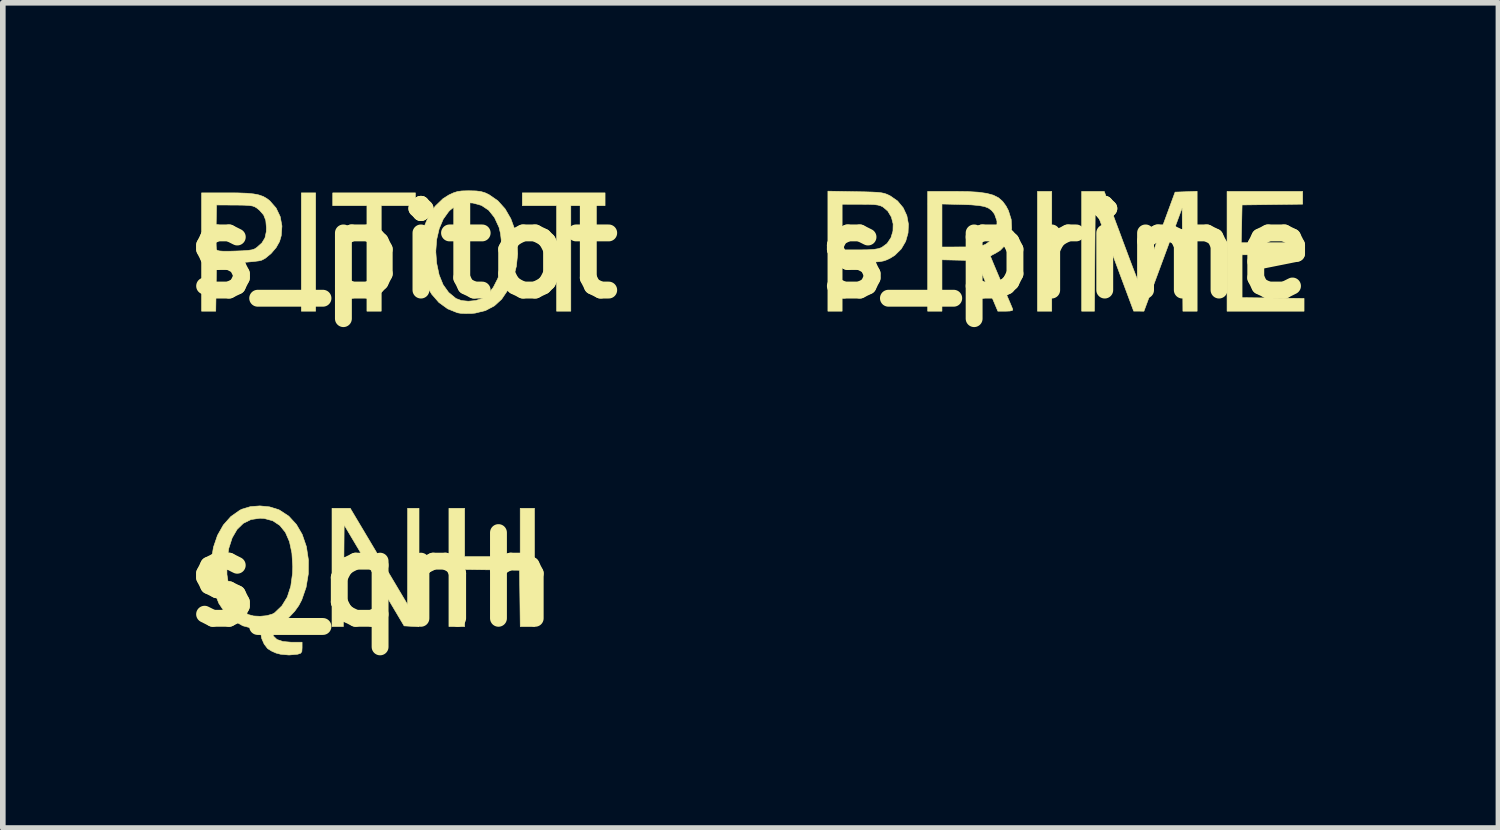
<source format=kicad_pcb>
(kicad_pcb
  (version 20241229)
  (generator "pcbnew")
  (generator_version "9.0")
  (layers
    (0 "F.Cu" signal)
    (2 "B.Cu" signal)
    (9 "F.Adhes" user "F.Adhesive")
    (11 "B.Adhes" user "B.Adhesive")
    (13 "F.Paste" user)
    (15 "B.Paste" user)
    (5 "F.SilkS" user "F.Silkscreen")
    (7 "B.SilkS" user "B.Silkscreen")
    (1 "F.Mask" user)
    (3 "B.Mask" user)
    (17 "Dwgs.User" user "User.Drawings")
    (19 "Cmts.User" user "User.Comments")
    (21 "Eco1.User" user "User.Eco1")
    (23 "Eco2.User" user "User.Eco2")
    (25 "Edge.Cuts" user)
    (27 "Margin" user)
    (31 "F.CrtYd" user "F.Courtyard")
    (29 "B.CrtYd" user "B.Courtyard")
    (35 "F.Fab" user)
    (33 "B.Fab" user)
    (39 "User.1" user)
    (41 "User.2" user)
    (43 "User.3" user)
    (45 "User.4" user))
  (footprint "s_pitot"
    (layer "F.Cu")
    (at 4.108 1.418)
    (property "Reference" "s_pitot" (at 0 0 0) (layer "F.SilkS") (effects (font (size 1.524 1.524) (thickness 0.3))))
    (attr through_hole)
    (fp_poly (pts (xy -1.546 1.065) (xy -1.8 1.065) (xy -1.8 -1.039) (xy -1.546 -1.039) (xy -1.546 1.065)) (stroke (width 0.01) (type solid)) (fill yes) (layer "F.SilkS"))
    (fp_poly (pts (xy 0.228 -0.811) (xy -0.38 -0.811) (xy -0.38 1.065) (xy -0.634 1.065) (xy -0.634 -0.811) (xy -1.242 -0.811) (xy -1.242 -1.039) (xy 0.228 -1.039) (xy 0.228 -0.811)) (stroke (width 0.01) (type solid)) (fill yes) (layer "F.SilkS"))
    (fp_poly (pts (xy 3.6 -0.811) (xy 2.991 -0.811) (xy 2.991 1.065) (xy 2.738 1.065) (xy 2.738 -0.811) (xy 2.129 -0.811) (xy 2.129 -1.039) (xy 3.6 -1.039) (xy 3.6 -0.811)) (stroke (width 0.01) (type solid)) (fill yes) (layer "F.SilkS"))
    (fp_poly (pts (xy -2.929 -1.038) (xy -2.771 -1.032) (xy -2.648 -1.02) (xy -2.553 -1.001) (xy -2.476 -0.974) (xy -2.411 -0.936) (xy -2.361 -0.897) (xy -2.249 -0.769) (xy -2.176 -0.616) (xy -2.145 -0.449) (xy -2.158 -0.276) (xy -2.188 -0.173) (xy -2.249 -0.065) (xy -2.34 0.041) (xy -2.444 0.126) (xy -2.505 0.158) (xy -2.554 0.17) (xy -2.643 0.181) (xy -2.76 0.192) (xy -2.894 0.2) (xy -2.941 0.202) (xy -3.308 0.215) (xy -3.315 0.64) (xy -3.322 1.065) (xy -3.574 1.065) (xy -3.574 -0.309) (xy -3.317 -0.309) (xy -3.316 -0.19) (xy -3.314 -0.097) (xy -3.311 -0.041) (xy -3.309 -0.03) (xy -3.293 -0.015) (xy -3.255 -0.006) (xy -3.187 -0.001) (xy -3.082 -0.001) (xy -2.98 -0.004) (xy -2.843 -0.009) (xy -2.747 -0.016) (xy -2.68 -0.026) (xy -2.634 -0.041) (xy -2.597 -0.064) (xy -2.595 -0.065) (xy -2.501 -0.149) (xy -2.447 -0.238) (xy -2.423 -0.349) (xy -2.421 -0.418) (xy -2.432 -0.547) (xy -2.47 -0.645) (xy -2.543 -0.729) (xy -2.593 -0.77) (xy -2.628 -0.791) (xy -2.67 -0.806) (xy -2.731 -0.815) (xy -2.819 -0.82) (xy -2.946 -0.822) (xy -2.985 -0.822) (xy -3.308 -0.824) (xy -3.315 -0.445) (xy -3.317 -0.309) (xy -3.574 -0.309) (xy -3.574 -1.039) (xy -3.129 -1.039) (xy -2.929 -1.038)) (stroke (width 0.01) (type solid)) (fill yes) (layer "F.SilkS"))
    (fp_poly (pts (xy 1.19 -1.076) (xy 1.308 -1.073) (xy 1.393 -1.062) (xy 1.465 -1.041) (xy 1.535 -1.008) (xy 1.693 -0.899) (xy 1.823 -0.754) (xy 1.924 -0.58) (xy 1.996 -0.384) (xy 2.036 -0.173) (xy 2.046 0.046) (xy 2.023 0.266) (xy 1.967 0.48) (xy 1.876 0.682) (xy 1.761 0.852) (xy 1.632 0.97) (xy 1.473 1.054) (xy 1.29 1.099) (xy 1.222 1.105) (xy 1.121 1.106) (xy 1.03 1.102) (xy 0.976 1.093) (xy 0.802 1.023) (xy 0.646 0.91) (xy 0.518 0.763) (xy 0.46 0.667) (xy 0.379 0.459) (xy 0.331 0.226) (xy 0.318 0.002) (xy 0.59 0.002) (xy 0.605 0.208) (xy 0.65 0.421) (xy 0.72 0.594) (xy 0.818 0.731) (xy 0.946 0.837) (xy 0.951 0.84) (xy 1.047 0.876) (xy 1.169 0.888) (xy 1.297 0.876) (xy 1.411 0.841) (xy 1.422 0.835) (xy 1.521 0.76) (xy 1.613 0.641) (xy 1.691 0.488) (xy 1.716 0.421) (xy 1.743 0.308) (xy 1.759 0.162) (xy 1.764 -0.001) (xy 1.758 -0.164) (xy 1.742 -0.31) (xy 1.716 -0.423) (xy 1.635 -0.599) (xy 1.531 -0.73) (xy 1.403 -0.816) (xy 1.251 -0.858) (xy 1.178 -0.862) (xy 1.049 -0.85) (xy 0.945 -0.811) (xy 0.847 -0.734) (xy 0.819 -0.706) (xy 0.723 -0.572) (xy 0.651 -0.403) (xy 0.606 -0.209) (xy 0.59 0.002) (xy 0.318 0.002) (xy 0.317 -0.017) (xy 0.338 -0.255) (xy 0.38 -0.429) (xy 0.465 -0.631) (xy 0.58 -0.802) (xy 0.719 -0.936) (xy 0.822 -1.001) (xy 0.904 -1.039) (xy 0.975 -1.062) (xy 1.053 -1.073) (xy 1.157 -1.076) (xy 1.19 -1.076)) (stroke (width 0.01) (type solid)) (fill yes) (layer "F.SilkS")))
  (footprint "s_qnh"
    (layer "F.Cu")
    (at 3.563 7.254)
    (property "Reference" "s_qnh" (at 0 0 0) (layer "F.SilkS") (effects (font (size 1.524 1.524) (thickness 0.3))))
    (attr through_hole)
    (fp_poly (pts (xy 0.633 0.444) (xy 0.634 -1.267) (xy 0.837 -1.267) (xy 0.837 0.839) (xy 0.704 0.832) (xy 0.572 0.824) (xy 0.039 -0.073) (xy -0.494 -0.971) (xy -0.501 -0.067) (xy -0.508 0.837) (xy -0.71 0.837) (xy -0.71 -1.267) (xy -0.386 -1.267) (xy 0.633 0.444)) (stroke (width 0.01) (type solid)) (fill yes) (layer "F.SilkS"))
    (fp_poly (pts (xy 1.648 -0.406) (xy 2.636 -0.406) (xy 2.636 -1.267) (xy 2.89 -1.267) (xy 2.89 0.837) (xy 2.637 0.837) (xy 2.631 0.336) (xy 2.624 -0.165) (xy 1.648 -0.179) (xy 1.648 0.837) (xy 1.369 0.837) (xy 1.369 -1.267) (xy 1.648 -1.267) (xy 1.648 -0.406)) (stroke (width 0.01) (type solid)) (fill yes) (layer "F.SilkS"))
    (fp_poly (pts (xy -1.82 -1.292) (xy -1.664 -1.244) (xy -1.644 -1.235) (xy -1.479 -1.127) (xy -1.343 -0.979) (xy -1.24 -0.802) (xy -1.165 -0.584) (xy -1.129 -0.346) (xy -1.131 -0.101) (xy -1.171 0.139) (xy -1.248 0.362) (xy -1.301 0.463) (xy -1.374 0.565) (xy -1.47 0.667) (xy -1.573 0.757) (xy -1.67 0.818) (xy -1.687 0.826) (xy -1.751 0.864) (xy -1.773 0.911) (xy -1.774 0.919) (xy -1.752 1.005) (xy -1.689 1.066) (xy -1.584 1.102) (xy -1.434 1.115) (xy -1.421 1.115) (xy -1.242 1.115) (xy -1.242 1.214) (xy -1.246 1.279) (xy -1.267 1.31) (xy -1.316 1.327) (xy -1.321 1.328) (xy -1.474 1.342) (xy -1.625 1.328) (xy -1.706 1.307) (xy -1.784 1.272) (xy -1.848 1.232) (xy -1.856 1.226) (xy -1.916 1.148) (xy -1.96 1.048) (xy -1.977 0.954) (xy -1.984 0.916) (xy -2.011 0.894) (xy -2.072 0.879) (xy -2.098 0.875) (xy -2.294 0.823) (xy -2.466 0.728) (xy -2.609 0.594) (xy -2.722 0.423) (xy -2.803 0.218) (xy -2.85 -0.018) (xy -2.856 -0.089) (xy -2.856 -0.312) (xy -2.579 -0.312) (xy -2.578 -0.091) (xy -2.547 0.112) (xy -2.488 0.293) (xy -2.405 0.445) (xy -2.299 0.56) (xy -2.199 0.623) (xy -2.104 0.648) (xy -1.989 0.654) (xy -1.871 0.643) (xy -1.772 0.615) (xy -1.73 0.592) (xy -1.601 0.468) (xy -1.505 0.312) (xy -1.443 0.12) (xy -1.412 -0.108) (xy -1.408 -0.228) (xy -1.423 -0.47) (xy -1.466 -0.673) (xy -1.538 -0.838) (xy -1.638 -0.962) (xy -1.764 -1.045) (xy -1.916 -1.086) (xy -1.99 -1.09) (xy -2.149 -1.067) (xy -2.286 -1) (xy -2.398 -0.891) (xy -2.485 -0.741) (xy -2.546 -0.552) (xy -2.578 -0.326) (xy -2.579 -0.312) (xy -2.856 -0.312) (xy -2.856 -0.34) (xy -2.818 -0.574) (xy -2.746 -0.785) (xy -2.642 -0.969) (xy -2.509 -1.119) (xy -2.349 -1.232) (xy -2.31 -1.251) (xy -2.161 -1.296) (xy -1.992 -1.309) (xy -1.82 -1.292)) (stroke (width 0.01) (type solid)) (fill yes) (layer "F.SilkS")))
  (footprint "s_prime"
    (layer "F.Cu")
    (at 15.903 1.418)
    (property "Reference" "s_prime" (at 0 0 0) (layer "F.SilkS") (effects (font (size 1.524 1.524) (thickness 0.3))))
    (attr through_hole)
    (fp_poly (pts (xy -0.253 1.065) (xy -0.507 1.065) (xy -0.507 -1.065) (xy -0.253 -1.065) (xy -0.253 1.065)) (stroke (width 0.01) (type solid)) (fill yes) (layer "F.SilkS"))
    (fp_poly (pts (xy 4.208 -0.838) (xy 3.669 -0.831) (xy 3.131 -0.824) (xy 3.124 -0.488) (xy 3.116 -0.152) (xy 3.98 -0.152) (xy 3.98 0.049) (xy 3.555 0.056) (xy 3.131 0.063) (xy 3.131 0.824) (xy 4.233 0.838) (xy 4.233 1.065) (xy 2.864 1.065) (xy 2.864 -1.065) (xy 4.208 -1.065) (xy 4.208 -0.838)) (stroke (width 0.01) (type solid)) (fill yes) (layer "F.SilkS"))
    (fp_poly (pts (xy 2.332 1.065) (xy 2.079 1.065) (xy 2.073 0.146) (xy 2.066 -0.773) (xy 1.726 0.146) (xy 1.386 1.065) (xy 1.295 1.064) (xy 1.204 1.064) (xy 0.862 0.146) (xy 0.52 -0.771) (xy 0.513 0.147) (xy 0.506 1.065) (xy 0.279 1.065) (xy 0.279 -1.065) (xy 0.68 -1.065) (xy 0.755 -0.868) (xy 0.784 -0.79) (xy 0.828 -0.674) (xy 0.882 -0.527) (xy 0.945 -0.36) (xy 1.011 -0.181) (xy 1.067 -0.032) (xy 1.13 0.137) (xy 1.188 0.29) (xy 1.238 0.419) (xy 1.278 0.519) (xy 1.305 0.584) (xy 1.317 0.608) (xy 1.317 0.608) (xy 1.329 0.585) (xy 1.356 0.52) (xy 1.396 0.418) (xy 1.447 0.285) (xy 1.507 0.125) (xy 1.574 -0.055) (xy 1.635 -0.222) (xy 1.94 -1.052) (xy 2.136 -1.059) (xy 2.332 -1.067) (xy 2.332 1.065)) (stroke (width 0.01) (type solid)) (fill yes) (layer "F.SilkS"))
    (fp_poly (pts (xy -3.745 -1.06) (xy -3.575 -1.057) (xy -3.446 -1.053) (xy -3.351 -1.048) (xy -3.282 -1.04) (xy -3.228 -1.029) (xy -3.183 -1.013) (xy -3.136 -0.991) (xy -3.131 -0.989) (xy -2.995 -0.895) (xy -2.894 -0.773) (xy -2.829 -0.633) (xy -2.801 -0.481) (xy -2.808 -0.326) (xy -2.85 -0.177) (xy -2.929 -0.042) (xy -3.043 0.071) (xy -3.13 0.125) (xy -3.185 0.151) (xy -3.238 0.17) (xy -3.3 0.182) (xy -3.383 0.19) (xy -3.497 0.195) (xy -3.618 0.199) (xy -3.98 0.208) (xy -3.98 1.065) (xy -4.233 1.065) (xy -4.233 -0.025) (xy -3.98 -0.025) (xy -3.673 -0.025) (xy -3.523 -0.027) (xy -3.413 -0.034) (xy -3.335 -0.047) (xy -3.28 -0.066) (xy -3.18 -0.139) (xy -3.112 -0.241) (xy -3.076 -0.36) (xy -3.073 -0.487) (xy -3.104 -0.608) (xy -3.168 -0.715) (xy -3.252 -0.787) (xy -3.294 -0.808) (xy -3.343 -0.822) (xy -3.411 -0.831) (xy -3.509 -0.835) (xy -3.645 -0.836) (xy -3.657 -0.836) (xy -3.98 -0.837) (xy -3.98 -0.025) (xy -4.233 -0.025) (xy -4.233 -1.069) (xy -3.745 -1.06)) (stroke (width 0.01) (type solid)) (fill yes) (layer "F.SilkS"))
    (fp_poly (pts (xy -1.749 -1.062) (xy -1.561 -1.051) (xy -1.41 -1.03) (xy -1.292 -0.998) (xy -1.199 -0.951) (xy -1.126 -0.887) (xy -1.066 -0.805) (xy -1.023 -0.723) (xy -0.974 -0.566) (xy -0.966 -0.407) (xy -0.998 -0.256) (xy -1.067 -0.123) (xy -1.17 -0.016) (xy -1.255 0.036) (xy -1.311 0.065) (xy -1.342 0.084) (xy -1.344 0.086) (xy -1.334 0.111) (xy -1.308 0.175) (xy -1.268 0.271) (xy -1.217 0.392) (xy -1.158 0.531) (xy -1.151 0.548) (xy -1.091 0.69) (xy -1.037 0.817) (xy -0.992 0.922) (xy -0.961 0.996) (xy -0.946 1.032) (xy -0.946 1.033) (xy -0.953 1.052) (xy -0.999 1.062) (xy -1.072 1.065) (xy -1.211 1.065) (xy -1.592 0.165) (xy -1.899 0.158) (xy -2.205 0.151) (xy -2.205 1.065) (xy -2.459 1.065) (xy -2.459 -0.076) (xy -2.205 -0.076) (xy -1.87 -0.077) (xy -1.721 -0.078) (xy -1.612 -0.083) (xy -1.532 -0.093) (xy -1.47 -0.108) (xy -1.43 -0.124) (xy -1.332 -0.195) (xy -1.263 -0.296) (xy -1.227 -0.415) (xy -1.227 -0.539) (xy -1.268 -0.655) (xy -1.278 -0.672) (xy -1.322 -0.727) (xy -1.376 -0.767) (xy -1.448 -0.796) (xy -1.548 -0.814) (xy -1.683 -0.826) (xy -1.844 -0.832) (xy -2.205 -0.841) (xy -2.205 -0.076) (xy -2.459 -0.076) (xy -2.459 -1.065) (xy -1.982 -1.065) (xy -1.749 -1.062)) (stroke (width 0.01) (type solid)) (fill yes) (layer "F.SilkS")))
  (gr_rect
    (start -3 -3)
    (end 23.592 11.672)
    (stroke (width 0.1) (type default))
    (fill no)
    (layer "Edge.Cuts")))
</source>
